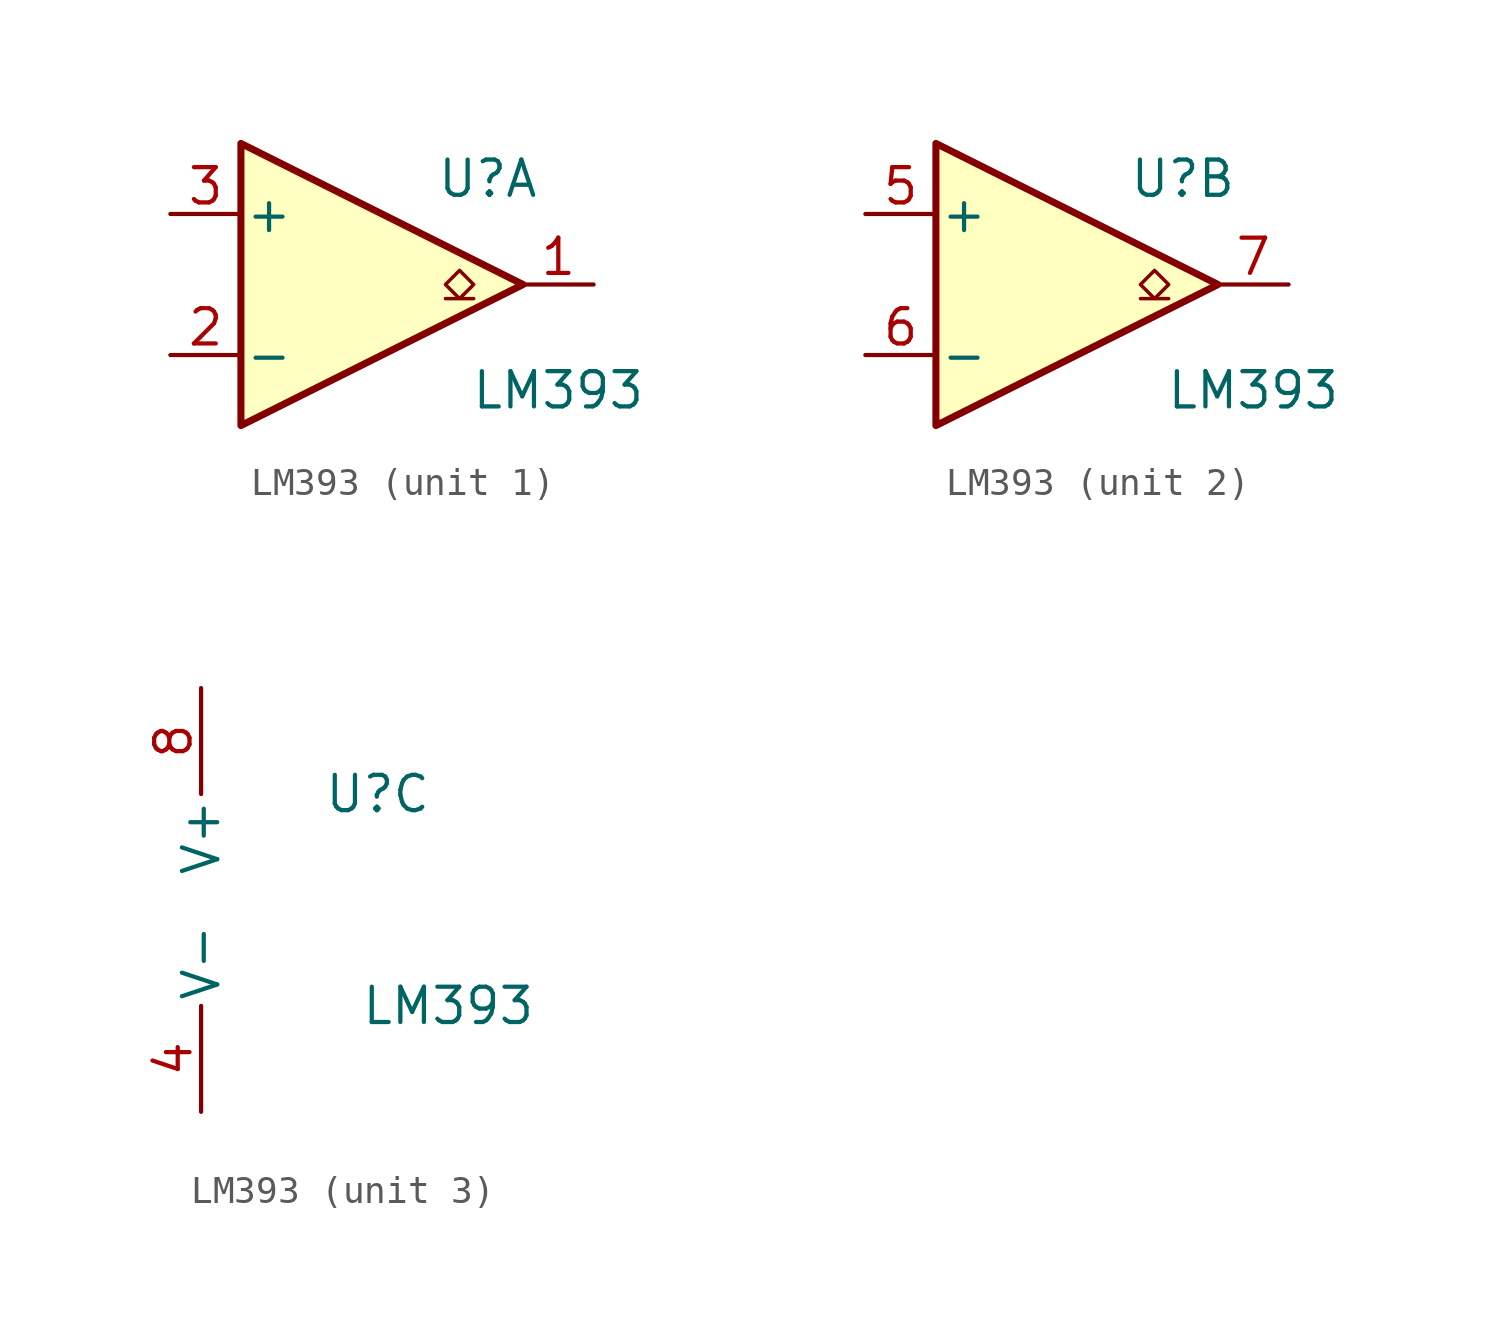
<source format=kicad_sym>
(kicad_symbol_lib
  (version 20211014)
  (generator kicad_symbol_editor)
  (symbol "LM393"
    (pin_names
      (offset 0.127))
    (property "Reference" "U"
      (at 3.81 3.81 0)
      (effects (font (size 1.27 1.27))))
    (property "Value" "LM393"
      (at 6.35 -3.81 0)
      (effects (font (size 1.27 1.27))))
    (property "ki_locked" ""
      (at 0 0 0)
      (effects (font (size 1.27 1.27))))
    (symbol "LM393_1_1"
      (polyline (pts (xy -5.08 5.08) (xy 5.08 0) (xy -5.08 -5.08) (xy -5.08 5.08)) (stroke (width 0.254) (type default) (color 0 0 0 0)) (fill (type background)))
      (polyline (pts (xy 3.302 -0.508) (xy 2.794 -0.508) (xy 3.302 0) (xy 2.794 0.508) (xy 2.286 0) (xy 2.794 -0.508) (xy 2.286 -0.508)) (stroke (width 0.127) (type default) (color 0 0 0 0)) (fill (type none)))
      (pin open_collector line (at 7.62 0 180) (length 2.54) (name "~" (effects (font (size 1.27 1.27)))) (number "1" (effects (font (size 1.27 1.27)))))
      (pin input line (at -7.62 -2.54 0) (length 2.54) (name "-" (effects (font (size 1.27 1.27)))) (number "2" (effects (font (size 1.27 1.27)))))
      (pin input line (at -7.62 2.54 0) (length 2.54) (name "+" (effects (font (size 1.27 1.27)))) (number "3" (effects (font (size 1.27 1.27))))))
    (symbol "LM393_2_1"
      (polyline (pts (xy -5.08 5.08) (xy 5.08 0) (xy -5.08 -5.08) (xy -5.08 5.08)) (stroke (width 0.254) (type default) (color 0 0 0 0)) (fill (type background)))
      (polyline (pts (xy 3.302 -0.508) (xy 2.794 -0.508) (xy 3.302 0) (xy 2.794 0.508) (xy 2.286 0) (xy 2.794 -0.508) (xy 2.286 -0.508)) (stroke (width 0.127) (type default) (color 0 0 0 0)) (fill (type none)))
      (pin input line (at -7.62 2.54 0) (length 2.54) (name "+" (effects (font (size 1.27 1.27)))) (number "5" (effects (font (size 1.27 1.27)))))
      (pin input line (at -7.62 -2.54 0) (length 2.54) (name "-" (effects (font (size 1.27 1.27)))) (number "6" (effects (font (size 1.27 1.27)))))
      (pin open_collector line (at 7.62 0 180) (length 2.54) (name "~" (effects (font (size 1.27 1.27)))) (number "7" (effects (font (size 1.27 1.27))))))
    (symbol "LM393_3_1"
      (pin power_in line (at -2.54 -7.62 90) (length 3.81) (name "V-" (effects (font (size 1.27 1.27)))) (number "4" (effects (font (size 1.27 1.27)))))
      (pin power_in line (at -2.54 7.62 270) (length 3.81) (name "V+" (effects (font (size 1.27 1.27)))) (number "8" (effects (font (size 1.27 1.27))))))))
</source>
